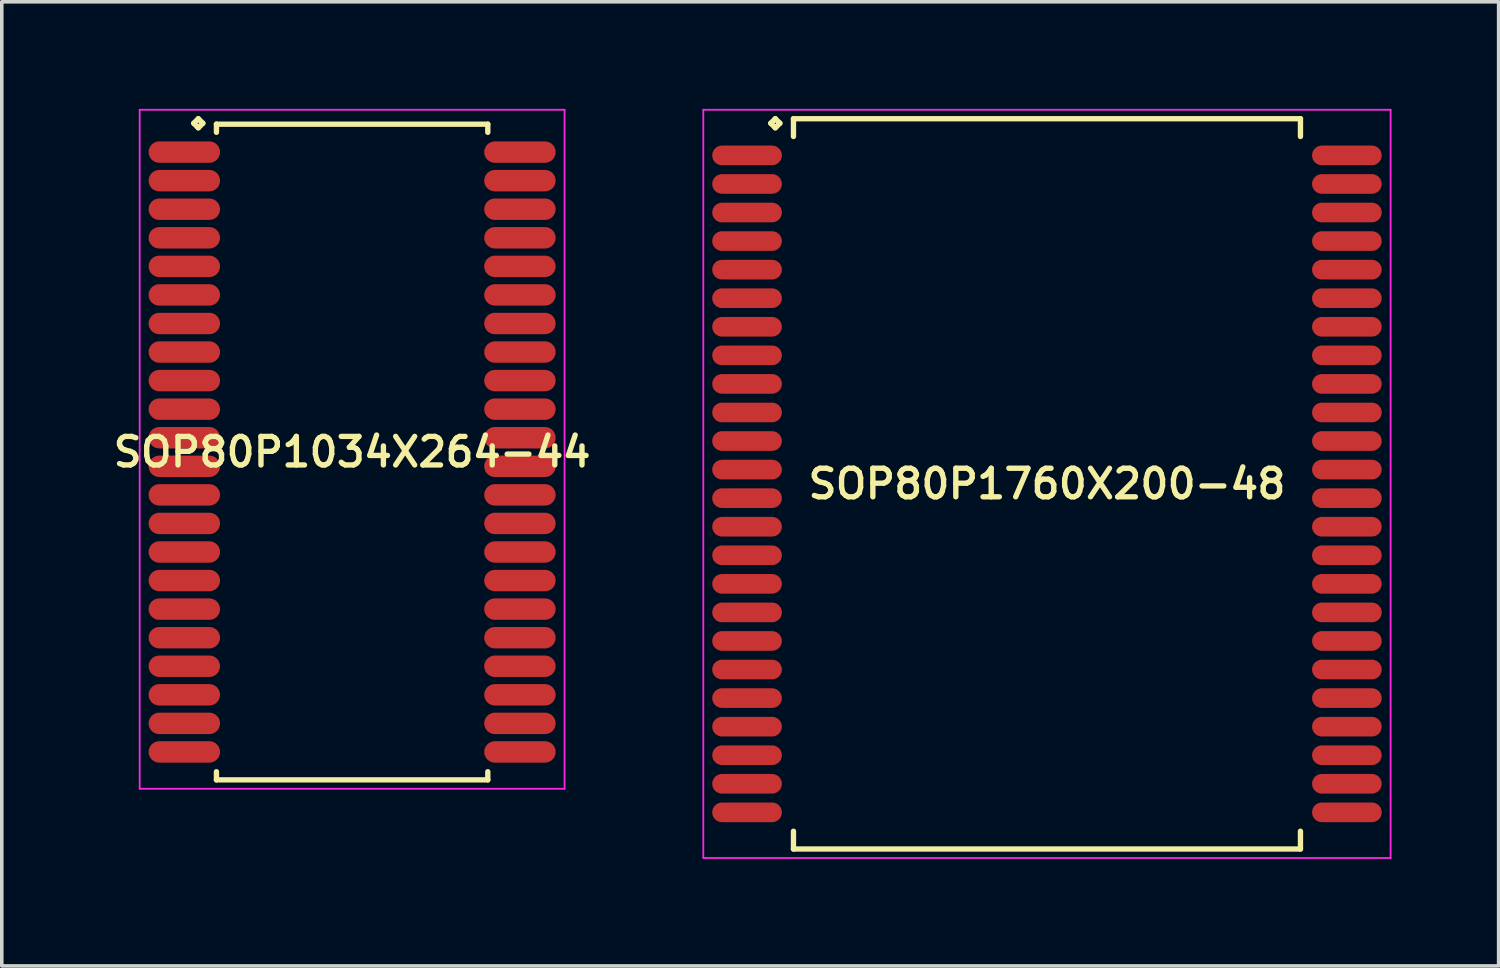
<source format=kicad_pcb>
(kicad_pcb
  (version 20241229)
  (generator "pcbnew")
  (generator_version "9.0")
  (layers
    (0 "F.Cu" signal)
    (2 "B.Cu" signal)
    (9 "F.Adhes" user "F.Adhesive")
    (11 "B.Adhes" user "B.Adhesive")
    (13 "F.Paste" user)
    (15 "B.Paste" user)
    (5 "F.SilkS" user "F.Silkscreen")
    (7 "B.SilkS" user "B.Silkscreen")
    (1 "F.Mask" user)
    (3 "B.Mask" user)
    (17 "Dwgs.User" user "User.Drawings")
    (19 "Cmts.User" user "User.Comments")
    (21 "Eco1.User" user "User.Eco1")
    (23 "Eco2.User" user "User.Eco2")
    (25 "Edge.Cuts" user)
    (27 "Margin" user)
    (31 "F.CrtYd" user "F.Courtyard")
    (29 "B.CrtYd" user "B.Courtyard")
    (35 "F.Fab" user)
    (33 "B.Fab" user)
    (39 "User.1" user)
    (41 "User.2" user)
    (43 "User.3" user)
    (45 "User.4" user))
  (footprint "SOP80P1760X200-48"
    (layer "F.Cu")
    (at 26.273 10.502)
    (property "Reference" "SOP80P1760X200-48" (at 0 0 0) (layer "F.SilkS") (effects (font (size 0.8 0.8) (thickness 0.15))))
    (attr smd)
    (fp_line (start -7.735 -10.1) (end -7.608 -10.227) (stroke (width 0.15) (type solid)) (layer "F.SilkS"))
    (fp_line (start -7.608 -10.227) (end -7.481 -10.1) (stroke (width 0.15) (type solid)) (layer "F.SilkS"))
    (fp_line (start -7.608 -9.973) (end -7.735 -10.1) (stroke (width 0.15) (type solid)) (layer "F.SilkS"))
    (fp_line (start -7.481 -10.1) (end -7.608 -9.973) (stroke (width 0.15) (type solid)) (layer "F.SilkS"))
    (fp_line (start -7.1 -10.227) (end 7.1 -10.227) (stroke (width 0.15) (type solid)) (layer "F.SilkS"))
    (fp_line (start -7.1 -9.729) (end -7.1 -10.227) (stroke (width 0.15) (type solid)) (layer "F.SilkS"))
    (fp_line (start -7.1 9.729) (end -7.1 10.227) (stroke (width 0.15) (type solid)) (layer "F.SilkS"))
    (fp_line (start -7.1 10.227) (end 7.1 10.227) (stroke (width 0.15) (type solid)) (layer "F.SilkS"))
    (fp_line (start 7.1 -10.227) (end 7.1 -9.729) (stroke (width 0.15) (type solid)) (layer "F.SilkS"))
    (fp_line (start 7.1 10.227) (end 7.1 9.729) (stroke (width 0.15) (type solid)) (layer "F.SilkS"))
    (fp_line (start -9.625 -10.477) (end 9.625 -10.477) (stroke (width 0.05) (type solid)) (layer "F.CrtYd"))
    (fp_line (start -9.625 10.477) (end -9.625 -10.477) (stroke (width 0.05) (type solid)) (layer "F.CrtYd"))
    (fp_line (start 9.625 -10.477) (end 9.625 10.477) (stroke (width 0.05) (type solid)) (layer "F.CrtYd"))
    (fp_line (start 9.625 10.477) (end -9.625 10.477) (stroke (width 0.05) (type solid)) (layer "F.CrtYd"))
    (pad "1" smd oval (at -8.4 -9.2) (size 1.95 0.55) (layers "F.Cu" "F.Mask" "F.Paste"))
    (pad "2" smd oval (at -8.4 -8.4) (size 1.95 0.55) (layers "F.Cu" "F.Mask" "F.Paste"))
    (pad "3" smd oval (at -8.4 -7.6) (size 1.95 0.55) (layers "F.Cu" "F.Mask" "F.Paste"))
    (pad "4" smd oval (at -8.4 -6.8) (size 1.95 0.55) (layers "F.Cu" "F.Mask" "F.Paste"))
    (pad "5" smd oval (at -8.4 -6) (size 1.95 0.55) (layers "F.Cu" "F.Mask" "F.Paste"))
    (pad "6" smd oval (at -8.4 -5.2) (size 1.95 0.55) (layers "F.Cu" "F.Mask" "F.Paste"))
    (pad "7" smd oval (at -8.4 -4.4) (size 1.95 0.55) (layers "F.Cu" "F.Mask" "F.Paste"))
    (pad "8" smd oval (at -8.4 -3.6) (size 1.95 0.55) (layers "F.Cu" "F.Mask" "F.Paste"))
    (pad "9" smd oval (at -8.4 -2.8) (size 1.95 0.55) (layers "F.Cu" "F.Mask" "F.Paste"))
    (pad "10" smd oval (at -8.4 -2) (size 1.95 0.55) (layers "F.Cu" "F.Mask" "F.Paste"))
    (pad "11" smd oval (at -8.4 -1.2) (size 1.95 0.55) (layers "F.Cu" "F.Mask" "F.Paste"))
    (pad "12" smd oval (at -8.4 -0.4) (size 1.95 0.55) (layers "F.Cu" "F.Mask" "F.Paste"))
    (pad "13" smd oval (at -8.4 0.4) (size 1.95 0.55) (layers "F.Cu" "F.Mask" "F.Paste"))
    (pad "14" smd oval (at -8.4 1.2) (size 1.95 0.55) (layers "F.Cu" "F.Mask" "F.Paste"))
    (pad "15" smd oval (at -8.4 2) (size 1.95 0.55) (layers "F.Cu" "F.Mask" "F.Paste"))
    (pad "16" smd oval (at -8.4 2.8) (size 1.95 0.55) (layers "F.Cu" "F.Mask" "F.Paste"))
    (pad "17" smd oval (at -8.4 3.6) (size 1.95 0.55) (layers "F.Cu" "F.Mask" "F.Paste"))
    (pad "18" smd oval (at -8.4 4.4) (size 1.95 0.55) (layers "F.Cu" "F.Mask" "F.Paste"))
    (pad "19" smd oval (at -8.4 5.2) (size 1.95 0.55) (layers "F.Cu" "F.Mask" "F.Paste"))
    (pad "20" smd oval (at -8.4 6) (size 1.95 0.55) (layers "F.Cu" "F.Mask" "F.Paste"))
    (pad "21" smd oval (at -8.4 6.8) (size 1.95 0.55) (layers "F.Cu" "F.Mask" "F.Paste"))
    (pad "22" smd oval (at -8.4 7.6) (size 1.95 0.55) (layers "F.Cu" "F.Mask" "F.Paste"))
    (pad "23" smd oval (at -8.4 8.4) (size 1.95 0.55) (layers "F.Cu" "F.Mask" "F.Paste"))
    (pad "24" smd oval (at -8.4 9.2) (size 1.95 0.55) (layers "F.Cu" "F.Mask" "F.Paste"))
    (pad "25" smd oval (at 8.4 9.2) (size 1.95 0.55) (layers "F.Cu" "F.Mask" "F.Paste"))
    (pad "26" smd oval (at 8.4 8.4) (size 1.95 0.55) (layers "F.Cu" "F.Mask" "F.Paste"))
    (pad "27" smd oval (at 8.4 7.6) (size 1.95 0.55) (layers "F.Cu" "F.Mask" "F.Paste"))
    (pad "28" smd oval (at 8.4 6.8) (size 1.95 0.55) (layers "F.Cu" "F.Mask" "F.Paste"))
    (pad "29" smd oval (at 8.4 6) (size 1.95 0.55) (layers "F.Cu" "F.Mask" "F.Paste"))
    (pad "30" smd oval (at 8.4 5.2) (size 1.95 0.55) (layers "F.Cu" "F.Mask" "F.Paste"))
    (pad "31" smd oval (at 8.4 4.4) (size 1.95 0.55) (layers "F.Cu" "F.Mask" "F.Paste"))
    (pad "32" smd oval (at 8.4 3.6) (size 1.95 0.55) (layers "F.Cu" "F.Mask" "F.Paste"))
    (pad "33" smd oval (at 8.4 2.8) (size 1.95 0.55) (layers "F.Cu" "F.Mask" "F.Paste"))
    (pad "34" smd oval (at 8.4 2) (size 1.95 0.55) (layers "F.Cu" "F.Mask" "F.Paste"))
    (pad "35" smd oval (at 8.4 1.2) (size 1.95 0.55) (layers "F.Cu" "F.Mask" "F.Paste"))
    (pad "36" smd oval (at 8.4 0.4) (size 1.95 0.55) (layers "F.Cu" "F.Mask" "F.Paste"))
    (pad "37" smd oval (at 8.4 -0.4) (size 1.95 0.55) (layers "F.Cu" "F.Mask" "F.Paste"))
    (pad "38" smd oval (at 8.4 -1.2) (size 1.95 0.55) (layers "F.Cu" "F.Mask" "F.Paste"))
    (pad "39" smd oval (at 8.4 -2) (size 1.95 0.55) (layers "F.Cu" "F.Mask" "F.Paste"))
    (pad "40" smd oval (at 8.4 -2.8) (size 1.95 0.55) (layers "F.Cu" "F.Mask" "F.Paste"))
    (pad "41" smd oval (at 8.4 -3.6) (size 1.95 0.55) (layers "F.Cu" "F.Mask" "F.Paste"))
    (pad "42" smd oval (at 8.4 -4.4) (size 1.95 0.55) (layers "F.Cu" "F.Mask" "F.Paste"))
    (pad "43" smd oval (at 8.4 -5.2) (size 1.95 0.55) (layers "F.Cu" "F.Mask" "F.Paste"))
    (pad "44" smd oval (at 8.4 -6) (size 1.95 0.55) (layers "F.Cu" "F.Mask" "F.Paste"))
    (pad "45" smd oval (at 8.4 -6.8) (size 1.95 0.55) (layers "F.Cu" "F.Mask" "F.Paste"))
    (pad "46" smd oval (at 8.4 -7.6) (size 1.95 0.55) (layers "F.Cu" "F.Mask" "F.Paste"))
    (pad "47" smd oval (at 8.4 -8.4) (size 1.95 0.55) (layers "F.Cu" "F.Mask" "F.Paste"))
    (pad "48" smd oval (at 8.4 -9.2) (size 1.95 0.55) (layers "F.Cu" "F.Mask" "F.Paste")))
  (footprint "SOP80P1034X264-44"
    (layer "F.Cu")
    (at 6.812 9.61)
    (property "Reference" "SOP80P1034X264-44" (at 0 0 0) (layer "F.SilkS") (effects (font (size 0.8 0.8) (thickness 0.15))))
    (attr smd)
    (fp_line (start -4.435 -9.208) (end -4.308 -9.335) (stroke (width 0.15) (type solid)) (layer "F.SilkS"))
    (fp_line (start -4.308 -9.335) (end -4.181 -9.208) (stroke (width 0.15) (type solid)) (layer "F.SilkS"))
    (fp_line (start -4.308 -9.081) (end -4.435 -9.208) (stroke (width 0.15) (type solid)) (layer "F.SilkS"))
    (fp_line (start -4.181 -9.208) (end -4.308 -9.081) (stroke (width 0.15) (type solid)) (layer "F.SilkS"))
    (fp_line (start -3.8 -9.182) (end 3.8 -9.182) (stroke (width 0.15) (type solid)) (layer "F.SilkS"))
    (fp_line (start -3.8 -8.954) (end -3.8 -9.182) (stroke (width 0.15) (type solid)) (layer "F.SilkS"))
    (fp_line (start -3.8 8.954) (end -3.8 9.182) (stroke (width 0.15) (type solid)) (layer "F.SilkS"))
    (fp_line (start -3.8 9.182) (end 3.8 9.182) (stroke (width 0.15) (type solid)) (layer "F.SilkS"))
    (fp_line (start 3.8 -9.182) (end 3.8 -8.954) (stroke (width 0.15) (type solid)) (layer "F.SilkS"))
    (fp_line (start 3.8 9.182) (end 3.8 8.954) (stroke (width 0.15) (type solid)) (layer "F.SilkS"))
    (fp_line (start -5.95 -9.585) (end 5.95 -9.585) (stroke (width 0.05) (type solid)) (layer "F.CrtYd"))
    (fp_line (start -5.95 9.432) (end -5.95 -9.585) (stroke (width 0.05) (type solid)) (layer "F.CrtYd"))
    (fp_line (start 5.95 -9.585) (end 5.95 9.432) (stroke (width 0.05) (type solid)) (layer "F.CrtYd"))
    (fp_line (start 5.95 9.432) (end -5.95 9.432) (stroke (width 0.05) (type solid)) (layer "F.CrtYd"))
    (pad "1" smd oval (at -4.7 -8.4) (size 2 0.6) (layers "F.Cu" "F.Mask" "F.Paste"))
    (pad "2" smd oval (at -4.7 -7.6) (size 2 0.6) (layers "F.Cu" "F.Mask" "F.Paste"))
    (pad "3" smd oval (at -4.7 -6.8) (size 2 0.6) (layers "F.Cu" "F.Mask" "F.Paste"))
    (pad "4" smd oval (at -4.7 -6) (size 2 0.6) (layers "F.Cu" "F.Mask" "F.Paste"))
    (pad "5" smd oval (at -4.7 -5.2) (size 2 0.6) (layers "F.Cu" "F.Mask" "F.Paste"))
    (pad "6" smd oval (at -4.7 -4.4) (size 2 0.6) (layers "F.Cu" "F.Mask" "F.Paste"))
    (pad "7" smd oval (at -4.7 -3.6) (size 2 0.6) (layers "F.Cu" "F.Mask" "F.Paste"))
    (pad "8" smd oval (at -4.7 -2.8) (size 2 0.6) (layers "F.Cu" "F.Mask" "F.Paste"))
    (pad "9" smd oval (at -4.7 -2) (size 2 0.6) (layers "F.Cu" "F.Mask" "F.Paste"))
    (pad "10" smd oval (at -4.7 -1.2) (size 2 0.6) (layers "F.Cu" "F.Mask" "F.Paste"))
    (pad "11" smd oval (at -4.7 -0.4) (size 2 0.6) (layers "F.Cu" "F.Mask" "F.Paste"))
    (pad "12" smd oval (at -4.7 0.4) (size 2 0.6) (layers "F.Cu" "F.Mask" "F.Paste"))
    (pad "13" smd oval (at -4.7 1.2) (size 2 0.6) (layers "F.Cu" "F.Mask" "F.Paste"))
    (pad "14" smd oval (at -4.7 2) (size 2 0.6) (layers "F.Cu" "F.Mask" "F.Paste"))
    (pad "15" smd oval (at -4.7 2.8) (size 2 0.6) (layers "F.Cu" "F.Mask" "F.Paste"))
    (pad "16" smd oval (at -4.7 3.6) (size 2 0.6) (layers "F.Cu" "F.Mask" "F.Paste"))
    (pad "17" smd oval (at -4.7 4.4) (size 2 0.6) (layers "F.Cu" "F.Mask" "F.Paste"))
    (pad "18" smd oval (at -4.7 5.2) (size 2 0.6) (layers "F.Cu" "F.Mask" "F.Paste"))
    (pad "19" smd oval (at -4.7 6) (size 2 0.6) (layers "F.Cu" "F.Mask" "F.Paste"))
    (pad "20" smd oval (at -4.7 6.8) (size 2 0.6) (layers "F.Cu" "F.Mask" "F.Paste"))
    (pad "21" smd oval (at -4.7 7.6) (size 2 0.6) (layers "F.Cu" "F.Mask" "F.Paste"))
    (pad "22" smd oval (at -4.7 8.4) (size 2 0.6) (layers "F.Cu" "F.Mask" "F.Paste"))
    (pad "23" smd oval (at 4.7 8.4) (size 2 0.6) (layers "F.Cu" "F.Mask" "F.Paste"))
    (pad "24" smd oval (at 4.7 7.6) (size 2 0.6) (layers "F.Cu" "F.Mask" "F.Paste"))
    (pad "25" smd oval (at 4.7 6.8) (size 2 0.6) (layers "F.Cu" "F.Mask" "F.Paste"))
    (pad "26" smd oval (at 4.7 6) (size 2 0.6) (layers "F.Cu" "F.Mask" "F.Paste"))
    (pad "27" smd oval (at 4.7 5.2) (size 2 0.6) (layers "F.Cu" "F.Mask" "F.Paste"))
    (pad "28" smd oval (at 4.7 4.4) (size 2 0.6) (layers "F.Cu" "F.Mask" "F.Paste"))
    (pad "29" smd oval (at 4.7 3.6) (size 2 0.6) (layers "F.Cu" "F.Mask" "F.Paste"))
    (pad "30" smd oval (at 4.7 2.8) (size 2 0.6) (layers "F.Cu" "F.Mask" "F.Paste"))
    (pad "31" smd oval (at 4.7 2) (size 2 0.6) (layers "F.Cu" "F.Mask" "F.Paste"))
    (pad "32" smd oval (at 4.7 1.2) (size 2 0.6) (layers "F.Cu" "F.Mask" "F.Paste"))
    (pad "33" smd oval (at 4.7 0.4) (size 2 0.6) (layers "F.Cu" "F.Mask" "F.Paste"))
    (pad "34" smd oval (at 4.7 -0.4) (size 2 0.6) (layers "F.Cu" "F.Mask" "F.Paste"))
    (pad "35" smd oval (at 4.7 -1.2) (size 2 0.6) (layers "F.Cu" "F.Mask" "F.Paste"))
    (pad "36" smd oval (at 4.7 -2) (size 2 0.6) (layers "F.Cu" "F.Mask" "F.Paste"))
    (pad "37" smd oval (at 4.7 -2.8) (size 2 0.6) (layers "F.Cu" "F.Mask" "F.Paste"))
    (pad "38" smd oval (at 4.7 -3.6) (size 2 0.6) (layers "F.Cu" "F.Mask" "F.Paste"))
    (pad "39" smd oval (at 4.7 -4.4) (size 2 0.6) (layers "F.Cu" "F.Mask" "F.Paste"))
    (pad "40" smd oval (at 4.7 -5.2) (size 2 0.6) (layers "F.Cu" "F.Mask" "F.Paste"))
    (pad "41" smd oval (at 4.7 -6) (size 2 0.6) (layers "F.Cu" "F.Mask" "F.Paste"))
    (pad "42" smd oval (at 4.7 -6.8) (size 2 0.6) (layers "F.Cu" "F.Mask" "F.Paste"))
    (pad "43" smd oval (at 4.7 -7.6) (size 2 0.6) (layers "F.Cu" "F.Mask" "F.Paste"))
    (pad "44" smd oval (at 4.7 -8.4) (size 2 0.6) (layers "F.Cu" "F.Mask" "F.Paste")))
  (gr_rect
    (start -3 -3)
    (end 38.923 24.004)
    (stroke (width 0.1) (type default))
    (fill no)
    (layer "Edge.Cuts")))
</source>
